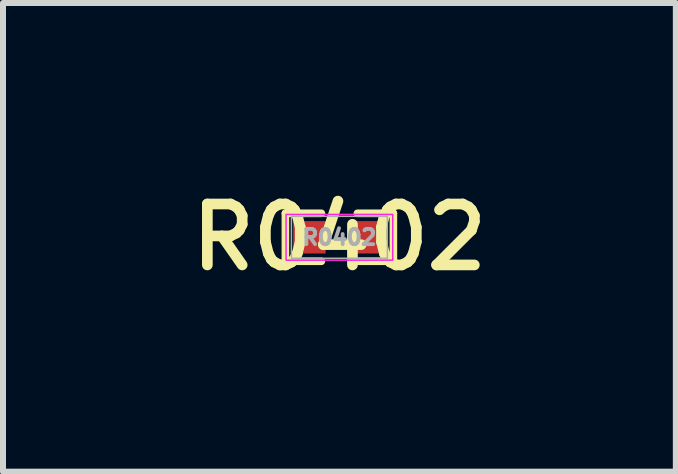
<source format=kicad_pcb>
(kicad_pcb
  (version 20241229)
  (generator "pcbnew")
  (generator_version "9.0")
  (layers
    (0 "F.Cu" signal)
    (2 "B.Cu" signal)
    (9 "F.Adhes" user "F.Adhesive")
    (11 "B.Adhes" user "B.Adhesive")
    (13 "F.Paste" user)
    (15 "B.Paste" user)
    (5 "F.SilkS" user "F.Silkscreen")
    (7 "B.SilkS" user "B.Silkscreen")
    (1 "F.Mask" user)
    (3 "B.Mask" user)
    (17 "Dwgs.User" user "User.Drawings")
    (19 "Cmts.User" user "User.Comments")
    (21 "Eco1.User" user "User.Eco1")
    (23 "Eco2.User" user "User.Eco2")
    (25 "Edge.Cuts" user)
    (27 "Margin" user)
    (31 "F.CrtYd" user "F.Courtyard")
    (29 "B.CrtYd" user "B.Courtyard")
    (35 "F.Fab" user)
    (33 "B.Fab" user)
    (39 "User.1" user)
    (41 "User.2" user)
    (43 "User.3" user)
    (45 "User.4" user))
  (footprint "R0402"
    (layer "F.Cu")
    (at 2.608 0.906)
    (property "Reference" "R0402" (at 0 0 0) (layer "F.SilkS") (effects (font (size 1.016 1.016) (thickness 0.178))))
    (attr smd)
    (fp_line (start -0.9 0.4) (end -0.9 -0.4) (stroke (width 0.127) (type solid)) (layer "F.SilkS"))
    (fp_line (start -0.9 0.4) (end -0.3 0.4) (stroke (width 0.127) (type solid)) (layer "F.SilkS"))
    (fp_line (start -0.3 -0.4) (end -0.9 -0.4) (stroke (width 0.127) (type solid)) (layer "F.SilkS"))
    (fp_line (start 0.3 -0.4) (end 0.9 -0.4) (stroke (width 0.127) (type solid)) (layer "F.SilkS"))
    (fp_line (start 0.3 0.4) (end 0.9 0.4) (stroke (width 0.127) (type solid)) (layer "F.SilkS"))
    (fp_line (start 0.9 -0.4) (end 0.9 0.4) (stroke (width 0.127) (type solid)) (layer "F.SilkS"))
    (fp_rect (start -0.889 -0.381) (end 0.889 0.381) (stroke (width 0.025) (type solid)) (fill no) (layer "F.CrtYd"))
    (fp_rect (start -0.8 -0.35) (end 0.8 0.35) (stroke (width 0.025) (type solid)) (fill no) (layer "F.Fab"))
    (fp_text user "${REFERENCE}" (at 0 0 0) (layer "F.Fab") (effects (font (size 0.254 0.254) (thickness 0.064) (bold yes))))
    (pad "1" smd rect (at -0.5 0) (size 0.54 0.54) (layers "F.Cu" "F.Mask" "F.Paste"))
    (pad "2" smd rect (at 0.5 0) (size 0.54 0.54) (layers "F.Cu" "F.Mask" "F.Paste")))
  (gr_rect
    (start -3 -3)
    (end 8.217 4.813)
    (stroke (width 0.1) (type default))
    (fill no)
    (layer "Edge.Cuts")))
</source>
